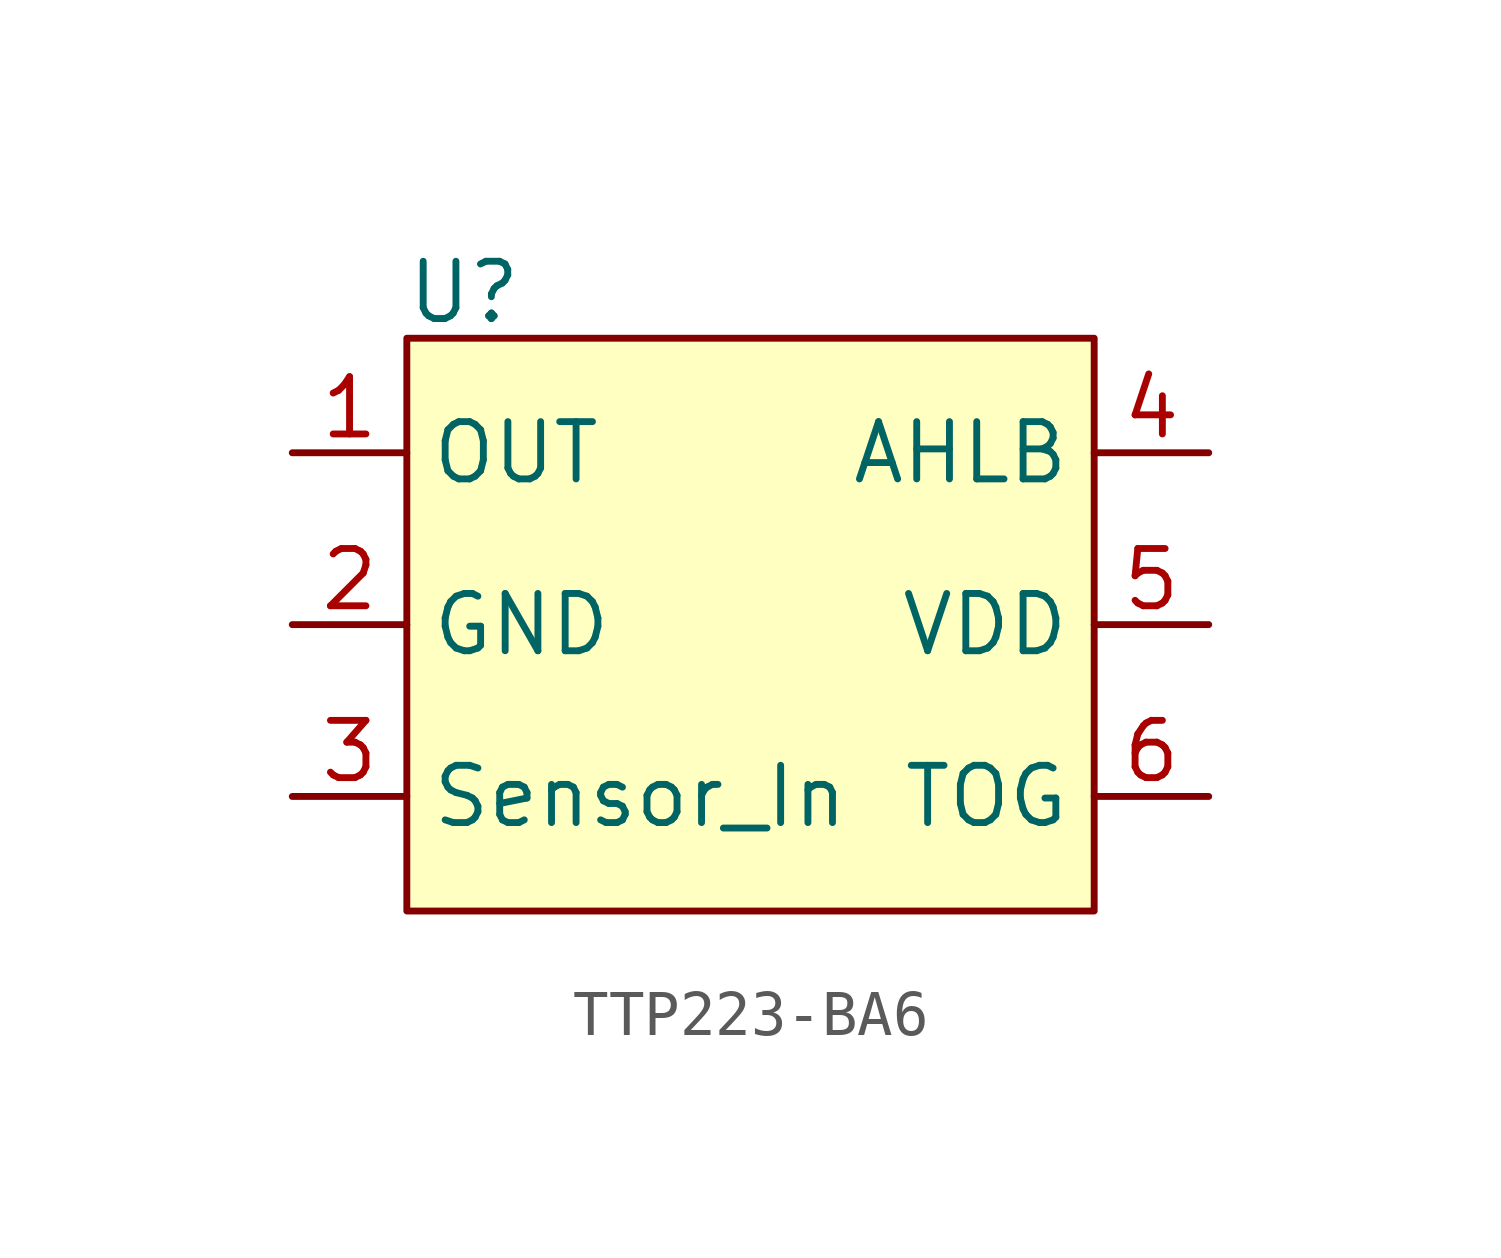
<source format=kicad_sym>
(kicad_symbol_lib
  (version 20231120)
  (generator "kicad_symbol_editor")
  (generator_version "8.0")
  (symbol "TTP223-BA6"
    (property "Reference" "U"
      (at -6.35 7.366 0)
      (effects (font (size 1.27 1.27))))
    (property "Value" ""
      (at 0 -1.27 0)
      (effects (font (size 1.27 1.27))))
    (symbol "TTP223-BA6_0_1"
      (rectangle (start -7.62 6.35) (end 7.62 -6.35) (stroke (width 0) (type default)) (fill (type background))))
    (symbol "TTP223-BA6_1_1"
      (pin output line (at -10.16 3.81 0) (length 2.54) (name "OUT" (effects (font (size 1.27 1.27)))) (number "1" (effects (font (size 1.27 1.27)))))
      (pin power_in line (at -10.16 0 0) (length 2.54) (name "GND" (effects (font (size 1.27 1.27)))) (number "2" (effects (font (size 1.27 1.27)))))
      (pin input line (at -10.16 -3.81 0) (length 2.54) (name "Sensor_In" (effects (font (size 1.27 1.27)))) (number "3" (effects (font (size 1.27 1.27)))))
      (pin input line (at 10.16 3.81 180) (length 2.54) (name "AHLB" (effects (font (size 1.27 1.27)))) (number "4" (effects (font (size 1.27 1.27)))))
      (pin power_in line (at 10.16 0 180) (length 2.54) (name "VDD" (effects (font (size 1.27 1.27)))) (number "5" (effects (font (size 1.27 1.27)))))
      (pin input line (at 10.16 -3.81 180) (length 2.54) (name "TOG" (effects (font (size 1.27 1.27)))) (number "6" (effects (font (size 1.27 1.27))))))))
</source>
